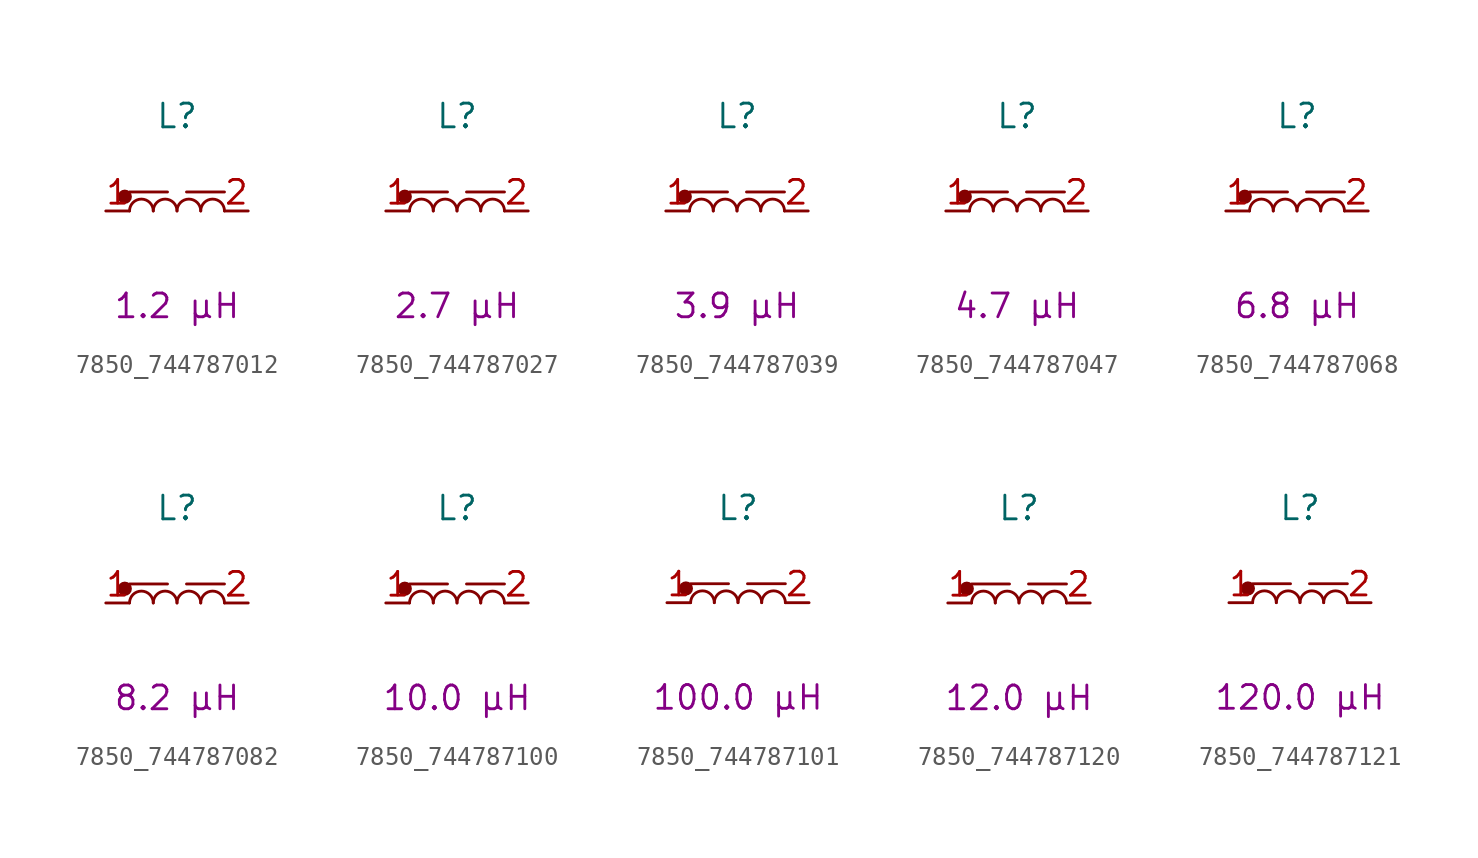
<source format=kicad_sym>
(kicad_symbol_lib
  (version 20220914)
  (generator kicad_symbol_editor)
  (symbol "7850_744787012"
    (pin_names hide)
    (property "Reference" "L"
      (at 0 5.08 0)
      (effects (font (size 1.27 1.27))))
    (property "Critical Parameter" "1.2 µH"
      (at 0 -5.08 0)
      (effects (font (size 1.27 1.27))))
    (symbol "7850_744787012_0_1"
      (arc (start -1.27 0) (mid -1.905 0.6323) (end -2.54 0) (stroke (width 0) (type default)) (fill (type none)))
      (arc (start 0 0) (mid -0.635 0.6323) (end -1.27 0) (stroke (width 0) (type default)) (fill (type none)))
      (polyline (pts (xy -2.54 1.016) (xy -0.508 1.016)) (stroke (width 0) (type default)) (fill (type none)))
      (arc (start 1.27 0) (mid 0.635 0.6323) (end 0 0) (stroke (width 0) (type default)) (fill (type none)))
      (arc (start 2.54 0) (mid 1.905 0.6323) (end 1.27 0) (stroke (width 0) (type default)) (fill (type none))))
    (symbol "7850_744787012_1_1"
      (circle (center -2.794 0.762) (radius 0.0001) (stroke (width 0.381) (type default)) (fill (type none)))
      (polyline (pts (xy 2.54 1.016) (xy 0.508 1.016)) (stroke (width 0) (type default)) (fill (type none)))
      (pin passive line (at -3.81 0 0) (length 1.27) (name "1" (effects (font (size 1.27 1.27)))) (number "1" (effects (font (size 1.27 1.27)))))
      (pin passive line (at 3.81 0 180) (length 1.27) (name "2" (effects (font (size 1.27 1.27)))) (number "2" (effects (font (size 1.27 1.27)))))))
  (symbol "7850_744787027"
    (pin_names hide)
    (property "Reference" "L"
      (at 0 5.08 0)
      (effects (font (size 1.27 1.27))))
    (property "Critical Parameter" "2.7 µH"
      (at 0 -5.08 0)
      (effects (font (size 1.27 1.27))))
    (symbol "7850_744787027_0_1"
      (arc (start -1.27 0) (mid -1.905 0.6323) (end -2.54 0) (stroke (width 0) (type default)) (fill (type none)))
      (arc (start 0 0) (mid -0.635 0.6323) (end -1.27 0) (stroke (width 0) (type default)) (fill (type none)))
      (polyline (pts (xy -2.54 1.016) (xy -0.508 1.016)) (stroke (width 0) (type default)) (fill (type none)))
      (arc (start 1.27 0) (mid 0.635 0.6323) (end 0 0) (stroke (width 0) (type default)) (fill (type none)))
      (arc (start 2.54 0) (mid 1.905 0.6323) (end 1.27 0) (stroke (width 0) (type default)) (fill (type none))))
    (symbol "7850_744787027_1_1"
      (circle (center -2.794 0.762) (radius 0.0001) (stroke (width 0.381) (type default)) (fill (type none)))
      (polyline (pts (xy 2.54 1.016) (xy 0.508 1.016)) (stroke (width 0) (type default)) (fill (type none)))
      (pin passive line (at -3.81 0 0) (length 1.27) (name "1" (effects (font (size 1.27 1.27)))) (number "1" (effects (font (size 1.27 1.27)))))
      (pin passive line (at 3.81 0 180) (length 1.27) (name "2" (effects (font (size 1.27 1.27)))) (number "2" (effects (font (size 1.27 1.27)))))))
  (symbol "7850_744787039"
    (pin_names hide)
    (property "Reference" "L"
      (at 0 5.08 0)
      (effects (font (size 1.27 1.27))))
    (property "Critical Parameter" "3.9 µH"
      (at 0 -5.08 0)
      (effects (font (size 1.27 1.27))))
    (symbol "7850_744787039_0_1"
      (arc (start -1.27 0) (mid -1.905 0.6323) (end -2.54 0) (stroke (width 0) (type default)) (fill (type none)))
      (arc (start 0 0) (mid -0.635 0.6323) (end -1.27 0) (stroke (width 0) (type default)) (fill (type none)))
      (polyline (pts (xy -2.54 1.016) (xy -0.508 1.016)) (stroke (width 0) (type default)) (fill (type none)))
      (arc (start 1.27 0) (mid 0.635 0.6323) (end 0 0) (stroke (width 0) (type default)) (fill (type none)))
      (arc (start 2.54 0) (mid 1.905 0.6323) (end 1.27 0) (stroke (width 0) (type default)) (fill (type none))))
    (symbol "7850_744787039_1_1"
      (circle (center -2.794 0.762) (radius 0.0001) (stroke (width 0.381) (type default)) (fill (type none)))
      (polyline (pts (xy 2.54 1.016) (xy 0.508 1.016)) (stroke (width 0) (type default)) (fill (type none)))
      (pin passive line (at -3.81 0 0) (length 1.27) (name "1" (effects (font (size 1.27 1.27)))) (number "1" (effects (font (size 1.27 1.27)))))
      (pin passive line (at 3.81 0 180) (length 1.27) (name "2" (effects (font (size 1.27 1.27)))) (number "2" (effects (font (size 1.27 1.27)))))))
  (symbol "7850_744787047"
    (pin_names hide)
    (property "Reference" "L"
      (at 0 5.08 0)
      (effects (font (size 1.27 1.27))))
    (property "Critical Parameter" "4.7 µH"
      (at 0 -5.08 0)
      (effects (font (size 1.27 1.27))))
    (symbol "7850_744787047_0_1"
      (arc (start -1.27 0) (mid -1.905 0.6323) (end -2.54 0) (stroke (width 0) (type default)) (fill (type none)))
      (arc (start 0 0) (mid -0.635 0.6323) (end -1.27 0) (stroke (width 0) (type default)) (fill (type none)))
      (polyline (pts (xy -2.54 1.016) (xy -0.508 1.016)) (stroke (width 0) (type default)) (fill (type none)))
      (arc (start 1.27 0) (mid 0.635 0.6323) (end 0 0) (stroke (width 0) (type default)) (fill (type none)))
      (arc (start 2.54 0) (mid 1.905 0.6323) (end 1.27 0) (stroke (width 0) (type default)) (fill (type none))))
    (symbol "7850_744787047_1_1"
      (circle (center -2.794 0.762) (radius 0.0001) (stroke (width 0.381) (type default)) (fill (type none)))
      (polyline (pts (xy 2.54 1.016) (xy 0.508 1.016)) (stroke (width 0) (type default)) (fill (type none)))
      (pin passive line (at -3.81 0 0) (length 1.27) (name "1" (effects (font (size 1.27 1.27)))) (number "1" (effects (font (size 1.27 1.27)))))
      (pin passive line (at 3.81 0 180) (length 1.27) (name "2" (effects (font (size 1.27 1.27)))) (number "2" (effects (font (size 1.27 1.27)))))))
  (symbol "7850_744787068"
    (pin_names hide)
    (property "Reference" "L"
      (at 0 5.08 0)
      (effects (font (size 1.27 1.27))))
    (property "Critical Parameter" "6.8 µH"
      (at 0 -5.08 0)
      (effects (font (size 1.27 1.27))))
    (symbol "7850_744787068_0_1"
      (arc (start -1.27 0) (mid -1.905 0.6323) (end -2.54 0) (stroke (width 0) (type default)) (fill (type none)))
      (arc (start 0 0) (mid -0.635 0.6323) (end -1.27 0) (stroke (width 0) (type default)) (fill (type none)))
      (polyline (pts (xy -2.54 1.016) (xy -0.508 1.016)) (stroke (width 0) (type default)) (fill (type none)))
      (arc (start 1.27 0) (mid 0.635 0.6323) (end 0 0) (stroke (width 0) (type default)) (fill (type none)))
      (arc (start 2.54 0) (mid 1.905 0.6323) (end 1.27 0) (stroke (width 0) (type default)) (fill (type none))))
    (symbol "7850_744787068_1_1"
      (circle (center -2.794 0.762) (radius 0.0001) (stroke (width 0.381) (type default)) (fill (type none)))
      (polyline (pts (xy 2.54 1.016) (xy 0.508 1.016)) (stroke (width 0) (type default)) (fill (type none)))
      (pin passive line (at -3.81 0 0) (length 1.27) (name "1" (effects (font (size 1.27 1.27)))) (number "1" (effects (font (size 1.27 1.27)))))
      (pin passive line (at 3.81 0 180) (length 1.27) (name "2" (effects (font (size 1.27 1.27)))) (number "2" (effects (font (size 1.27 1.27)))))))
  (symbol "7850_744787082"
    (pin_names hide)
    (property "Reference" "L"
      (at 0 5.08 0)
      (effects (font (size 1.27 1.27))))
    (property "Critical Parameter" "8.2 µH"
      (at 0 -5.08 0)
      (effects (font (size 1.27 1.27))))
    (symbol "7850_744787082_0_1"
      (arc (start -1.27 0) (mid -1.905 0.6323) (end -2.54 0) (stroke (width 0) (type default)) (fill (type none)))
      (arc (start 0 0) (mid -0.635 0.6323) (end -1.27 0) (stroke (width 0) (type default)) (fill (type none)))
      (polyline (pts (xy -2.54 1.016) (xy -0.508 1.016)) (stroke (width 0) (type default)) (fill (type none)))
      (arc (start 1.27 0) (mid 0.635 0.6323) (end 0 0) (stroke (width 0) (type default)) (fill (type none)))
      (arc (start 2.54 0) (mid 1.905 0.6323) (end 1.27 0) (stroke (width 0) (type default)) (fill (type none))))
    (symbol "7850_744787082_1_1"
      (circle (center -2.794 0.762) (radius 0.0001) (stroke (width 0.381) (type default)) (fill (type none)))
      (polyline (pts (xy 2.54 1.016) (xy 0.508 1.016)) (stroke (width 0) (type default)) (fill (type none)))
      (pin passive line (at -3.81 0 0) (length 1.27) (name "1" (effects (font (size 1.27 1.27)))) (number "1" (effects (font (size 1.27 1.27)))))
      (pin passive line (at 3.81 0 180) (length 1.27) (name "2" (effects (font (size 1.27 1.27)))) (number "2" (effects (font (size 1.27 1.27)))))))
  (symbol "7850_744787100"
    (pin_names hide)
    (property "Reference" "L"
      (at 0 5.08 0)
      (effects (font (size 1.27 1.27))))
    (property "Critical Parameter" "10.0 µH"
      (at 0 -5.08 0)
      (effects (font (size 1.27 1.27))))
    (symbol "7850_744787100_0_1"
      (arc (start -1.27 0) (mid -1.905 0.6323) (end -2.54 0) (stroke (width 0) (type default)) (fill (type none)))
      (arc (start 0 0) (mid -0.635 0.6323) (end -1.27 0) (stroke (width 0) (type default)) (fill (type none)))
      (polyline (pts (xy -2.54 1.016) (xy -0.508 1.016)) (stroke (width 0) (type default)) (fill (type none)))
      (arc (start 1.27 0) (mid 0.635 0.6323) (end 0 0) (stroke (width 0) (type default)) (fill (type none)))
      (arc (start 2.54 0) (mid 1.905 0.6323) (end 1.27 0) (stroke (width 0) (type default)) (fill (type none))))
    (symbol "7850_744787100_1_1"
      (circle (center -2.794 0.762) (radius 0.0001) (stroke (width 0.381) (type default)) (fill (type none)))
      (polyline (pts (xy 2.54 1.016) (xy 0.508 1.016)) (stroke (width 0) (type default)) (fill (type none)))
      (pin passive line (at -3.81 0 0) (length 1.27) (name "1" (effects (font (size 1.27 1.27)))) (number "1" (effects (font (size 1.27 1.27)))))
      (pin passive line (at 3.81 0 180) (length 1.27) (name "2" (effects (font (size 1.27 1.27)))) (number "2" (effects (font (size 1.27 1.27)))))))
  (symbol "7850_744787101"
    (pin_names hide)
    (property "Reference" "L"
      (at 0 5.08 0)
      (effects (font (size 1.27 1.27))))
    (property "Critical Parameter" "100.0 µH"
      (at 0 -5.08 0)
      (effects (font (size 1.27 1.27))))
    (symbol "7850_744787101_0_1"
      (arc (start -1.27 0) (mid -1.905 0.6323) (end -2.54 0) (stroke (width 0) (type default)) (fill (type none)))
      (arc (start 0 0) (mid -0.635 0.6323) (end -1.27 0) (stroke (width 0) (type default)) (fill (type none)))
      (polyline (pts (xy -2.54 1.016) (xy -0.508 1.016)) (stroke (width 0) (type default)) (fill (type none)))
      (arc (start 1.27 0) (mid 0.635 0.6323) (end 0 0) (stroke (width 0) (type default)) (fill (type none)))
      (arc (start 2.54 0) (mid 1.905 0.6323) (end 1.27 0) (stroke (width 0) (type default)) (fill (type none))))
    (symbol "7850_744787101_1_1"
      (circle (center -2.794 0.762) (radius 0.0001) (stroke (width 0.381) (type default)) (fill (type none)))
      (polyline (pts (xy 2.54 1.016) (xy 0.508 1.016)) (stroke (width 0) (type default)) (fill (type none)))
      (pin passive line (at -3.81 0 0) (length 1.27) (name "1" (effects (font (size 1.27 1.27)))) (number "1" (effects (font (size 1.27 1.27)))))
      (pin passive line (at 3.81 0 180) (length 1.27) (name "2" (effects (font (size 1.27 1.27)))) (number "2" (effects (font (size 1.27 1.27)))))))
  (symbol "7850_744787120"
    (pin_names hide)
    (property "Reference" "L"
      (at 0 5.08 0)
      (effects (font (size 1.27 1.27))))
    (property "Critical Parameter" "12.0 µH"
      (at 0 -5.08 0)
      (effects (font (size 1.27 1.27))))
    (symbol "7850_744787120_0_1"
      (arc (start -1.27 0) (mid -1.905 0.6323) (end -2.54 0) (stroke (width 0) (type default)) (fill (type none)))
      (arc (start 0 0) (mid -0.635 0.6323) (end -1.27 0) (stroke (width 0) (type default)) (fill (type none)))
      (polyline (pts (xy -2.54 1.016) (xy -0.508 1.016)) (stroke (width 0) (type default)) (fill (type none)))
      (arc (start 1.27 0) (mid 0.635 0.6323) (end 0 0) (stroke (width 0) (type default)) (fill (type none)))
      (arc (start 2.54 0) (mid 1.905 0.6323) (end 1.27 0) (stroke (width 0) (type default)) (fill (type none))))
    (symbol "7850_744787120_1_1"
      (circle (center -2.794 0.762) (radius 0.0001) (stroke (width 0.381) (type default)) (fill (type none)))
      (polyline (pts (xy 2.54 1.016) (xy 0.508 1.016)) (stroke (width 0) (type default)) (fill (type none)))
      (pin passive line (at -3.81 0 0) (length 1.27) (name "1" (effects (font (size 1.27 1.27)))) (number "1" (effects (font (size 1.27 1.27)))))
      (pin passive line (at 3.81 0 180) (length 1.27) (name "2" (effects (font (size 1.27 1.27)))) (number "2" (effects (font (size 1.27 1.27)))))))
  (symbol "7850_744787121"
    (pin_names hide)
    (property "Reference" "L"
      (at 0 5.08 0)
      (effects (font (size 1.27 1.27))))
    (property "Critical Parameter" "120.0 µH"
      (at 0 -5.08 0)
      (effects (font (size 1.27 1.27))))
    (symbol "7850_744787121_0_1"
      (arc (start -1.27 0) (mid -1.905 0.6323) (end -2.54 0) (stroke (width 0) (type default)) (fill (type none)))
      (arc (start 0 0) (mid -0.635 0.6323) (end -1.27 0) (stroke (width 0) (type default)) (fill (type none)))
      (polyline (pts (xy -2.54 1.016) (xy -0.508 1.016)) (stroke (width 0) (type default)) (fill (type none)))
      (arc (start 1.27 0) (mid 0.635 0.6323) (end 0 0) (stroke (width 0) (type default)) (fill (type none)))
      (arc (start 2.54 0) (mid 1.905 0.6323) (end 1.27 0) (stroke (width 0) (type default)) (fill (type none))))
    (symbol "7850_744787121_1_1"
      (circle (center -2.794 0.762) (radius 0.0001) (stroke (width 0.381) (type default)) (fill (type none)))
      (polyline (pts (xy 2.54 1.016) (xy 0.508 1.016)) (stroke (width 0) (type default)) (fill (type none)))
      (pin passive line (at -3.81 0 0) (length 1.27) (name "1" (effects (font (size 1.27 1.27)))) (number "1" (effects (font (size 1.27 1.27)))))
      (pin passive line (at 3.81 0 180) (length 1.27) (name "2" (effects (font (size 1.27 1.27)))) (number "2" (effects (font (size 1.27 1.27))))))))
</source>
